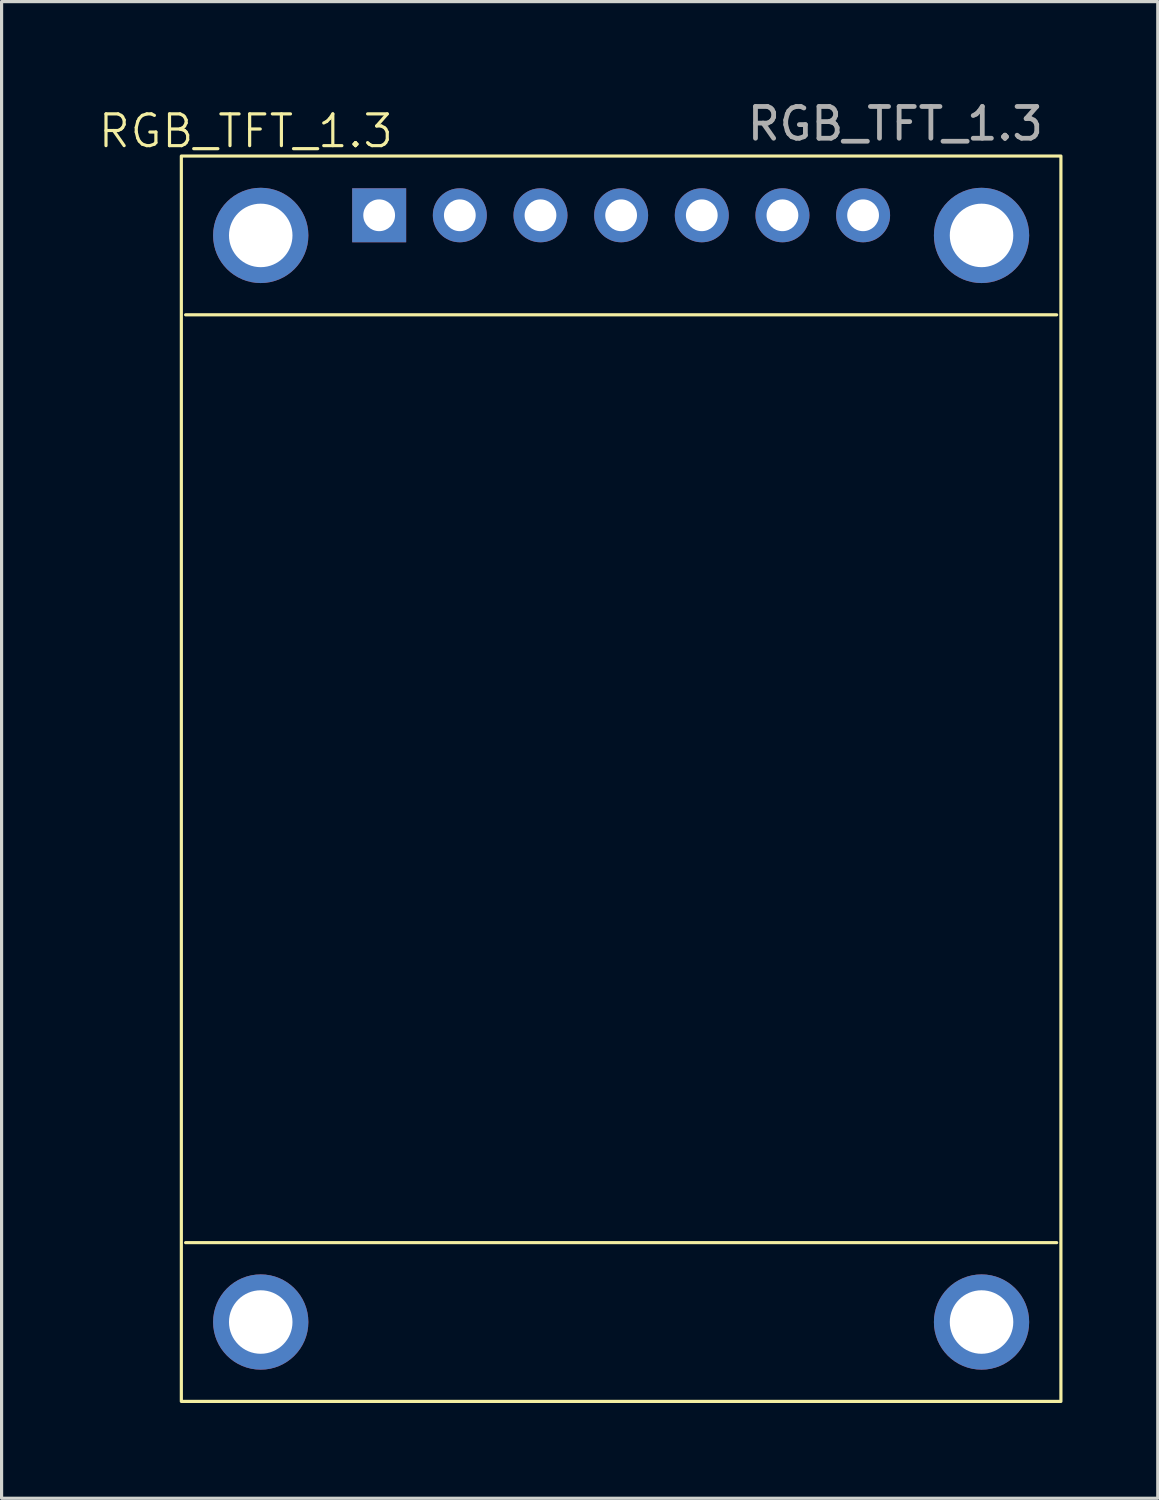
<source format=kicad_pcb>
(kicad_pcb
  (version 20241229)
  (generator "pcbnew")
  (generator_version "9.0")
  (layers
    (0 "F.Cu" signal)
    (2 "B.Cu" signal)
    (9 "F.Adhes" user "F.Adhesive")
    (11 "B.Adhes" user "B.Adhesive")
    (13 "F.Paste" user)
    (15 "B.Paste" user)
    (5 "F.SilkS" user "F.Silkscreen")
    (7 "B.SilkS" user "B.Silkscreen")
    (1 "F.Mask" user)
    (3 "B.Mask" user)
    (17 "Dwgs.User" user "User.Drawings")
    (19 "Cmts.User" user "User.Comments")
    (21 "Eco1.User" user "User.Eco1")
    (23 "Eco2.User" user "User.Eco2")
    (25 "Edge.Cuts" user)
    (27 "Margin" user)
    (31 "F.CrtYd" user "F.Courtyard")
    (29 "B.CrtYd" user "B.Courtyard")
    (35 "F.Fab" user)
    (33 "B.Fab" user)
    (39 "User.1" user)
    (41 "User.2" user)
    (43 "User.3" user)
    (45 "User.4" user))
  (footprint "RGB_TFT_1.3"
    (layer "F.Cu")
    (at 16.511 3.73)
    (property "Reference" "RGB_TFT_1.3" (at -11.818 -2.651 0) (unlocked yes) (layer "F.SilkS") (effects (font (size 1 1) (thickness 0.1))))
    (attr through_hole)
    (fp_line (start -13.716 3.134) (end 13.716 3.134) (stroke (width 0.1) (type default)) (layer "F.SilkS"))
    (fp_line (start -13.716 32.354) (end 13.716 32.354) (stroke (width 0.1) (type default)) (layer "F.SilkS"))
    (fp_rect (start -13.85 -1.866) (end 13.85 37.354) (stroke (width 0.1) (type default)) (fill no) (layer "F.SilkS"))
    (fp_text user "${REFERENCE}" (at 8.636 -2.882 0) (unlocked yes) (layer "F.Fab") (effects (font (size 1 1) (thickness 0.15))))
    (pad "" thru_hole circle (at -11.35 0.634) (size 3 3) (drill 2) (layers "*.Cu" "*.Mask"))
    (pad "" thru_hole circle (at -11.35 34.854) (size 3 3) (drill 2) (layers "*.Cu" "*.Mask"))
    (pad "" thru_hole circle (at 11.35 0.634) (size 3 3) (drill 2) (layers "*.Cu" "*.Mask"))
    (pad "" thru_hole circle (at 11.35 34.854) (size 3 3) (drill 2) (layers "*.Cu" "*.Mask"))
    (pad "1" thru_hole rect (at -7.62 0) (size 1.7 1.7) (drill 1) (layers "*.Cu" "*.Mask"))
    (pad "2" thru_hole circle (at -5.08 0) (size 1.7 1.7) (drill 1) (layers "*.Cu" "*.Mask"))
    (pad "3" thru_hole circle (at -2.54 0) (size 1.7 1.7) (drill 1) (layers "*.Cu" "*.Mask"))
    (pad "4" thru_hole circle (at 0 0) (size 1.7 1.7) (drill 1) (layers "*.Cu" "*.Mask"))
    (pad "5" thru_hole circle (at 2.54 0) (size 1.7 1.7) (drill 1) (layers "*.Cu" "*.Mask"))
    (pad "6" thru_hole circle (at 5.08 0) (size 1.7 1.7) (drill 1) (layers "*.Cu" "*.Mask"))
    (pad "7" thru_hole circle (at 7.62 0) (size 1.7 1.7) (drill 1) (layers "*.Cu" "*.Mask")))
  (gr_rect
    (start -3 -3)
    (end 33.411 44.134)
    (stroke (width 0.1) (type default))
    (fill no)
    (layer "Edge.Cuts")))
</source>
